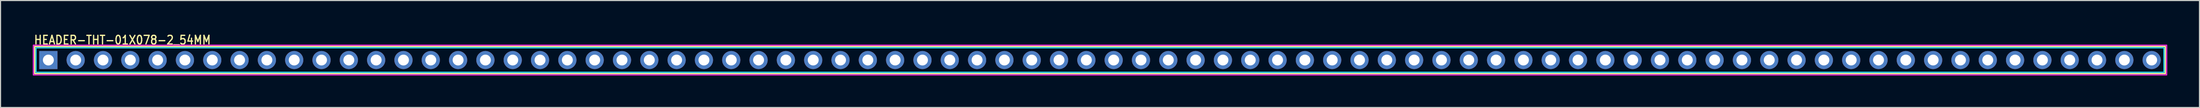
<source format=kicad_pcb>
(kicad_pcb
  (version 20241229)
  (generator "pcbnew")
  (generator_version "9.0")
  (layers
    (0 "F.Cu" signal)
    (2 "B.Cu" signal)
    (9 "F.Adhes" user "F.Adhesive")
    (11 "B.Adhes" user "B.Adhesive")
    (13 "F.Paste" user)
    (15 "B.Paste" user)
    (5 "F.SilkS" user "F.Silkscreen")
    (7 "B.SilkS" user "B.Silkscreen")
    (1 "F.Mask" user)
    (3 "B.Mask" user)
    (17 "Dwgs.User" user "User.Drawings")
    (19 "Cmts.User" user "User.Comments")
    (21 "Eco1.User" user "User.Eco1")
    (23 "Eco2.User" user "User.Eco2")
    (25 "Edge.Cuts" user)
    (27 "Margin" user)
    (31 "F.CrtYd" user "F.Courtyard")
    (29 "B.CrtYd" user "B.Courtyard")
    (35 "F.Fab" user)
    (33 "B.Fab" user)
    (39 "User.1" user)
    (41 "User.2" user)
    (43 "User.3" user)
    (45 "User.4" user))
  (footprint "HEADER-THT-01X078-2_54MM"
    (layer "F.Cu")
    (at 1.447 2.579)
    (property "Reference" "HEADER-THT-01X078-2_54MM" (at -1.4 -1.4 0) (unlocked yes) (layer "F.SilkS") (effects (font (size 0.813 0.695) (thickness 0.122)) (justify left bottom)))
    (fp_line (start -1.27 -1.27) (end -1.27 1.27) (stroke (width 0.127) (type solid)) (layer "F.SilkS"))
    (fp_line (start -1.27 1.27) (end 196.85 1.27) (stroke (width 0.127) (type solid)) (layer "F.SilkS"))
    (fp_line (start 196.85 -1.27) (end -1.27 -1.27) (stroke (width 0.127) (type solid)) (layer "F.SilkS"))
    (fp_line (start 196.85 1.27) (end 196.85 -1.27) (stroke (width 0.127) (type solid)) (layer "F.SilkS"))
    (fp_poly (pts (xy -1.143 -1.143) (xy 196.723 -1.143) (xy 196.723 1.143) (xy -1.143 1.143)) (stroke (width 0.1) (type solid)) (fill no) (layer "B.CrtYd"))
    (fp_poly (pts (xy -1.397 -1.397) (xy 196.977 -1.397) (xy 196.977 1.397) (xy -1.397 1.397)) (stroke (width 0.1) (type solid)) (fill no) (layer "F.CrtYd"))
    (pad "P$1" thru_hole rect (at 0 0) (size 1.693 1.693) (drill 1.016) (layers "*.Cu" "*.Mask"))
    (pad "P$2" thru_hole oval (at 2.54 0) (size 1.693 1.693) (drill 1.016) (layers "*.Cu" "*.Mask"))
    (pad "P$3" thru_hole oval (at 5.08 0) (size 1.693 1.693) (drill 1.016) (layers "*.Cu" "*.Mask"))
    (pad "P$4" thru_hole oval (at 7.62 0) (size 1.693 1.693) (drill 1.016) (layers "*.Cu" "*.Mask"))
    (pad "P$5" thru_hole oval (at 10.16 0) (size 1.693 1.693) (drill 1.016) (layers "*.Cu" "*.Mask"))
    (pad "P$6" thru_hole oval (at 12.7 0) (size 1.693 1.693) (drill 1.016) (layers "*.Cu" "*.Mask"))
    (pad "P$7" thru_hole oval (at 15.24 0) (size 1.693 1.693) (drill 1.016) (layers "*.Cu" "*.Mask"))
    (pad "P$8" thru_hole oval (at 17.78 0) (size 1.693 1.693) (drill 1.016) (layers "*.Cu" "*.Mask"))
    (pad "P$9" thru_hole oval (at 20.32 0) (size 1.693 1.693) (drill 1.016) (layers "*.Cu" "*.Mask"))
    (pad "P$10" thru_hole oval (at 22.86 0) (size 1.693 1.693) (drill 1.016) (layers "*.Cu" "*.Mask"))
    (pad "P$11" thru_hole oval (at 25.4 0) (size 1.693 1.693) (drill 1.016) (layers "*.Cu" "*.Mask"))
    (pad "P$12" thru_hole oval (at 27.94 0) (size 1.693 1.693) (drill 1.016) (layers "*.Cu" "*.Mask"))
    (pad "P$13" thru_hole oval (at 30.48 0) (size 1.693 1.693) (drill 1.016) (layers "*.Cu" "*.Mask"))
    (pad "P$14" thru_hole oval (at 33.02 0) (size 1.693 1.693) (drill 1.016) (layers "*.Cu" "*.Mask"))
    (pad "P$15" thru_hole oval (at 35.56 0) (size 1.693 1.693) (drill 1.016) (layers "*.Cu" "*.Mask"))
    (pad "P$16" thru_hole oval (at 38.1 0) (size 1.693 1.693) (drill 1.016) (layers "*.Cu" "*.Mask"))
    (pad "P$17" thru_hole oval (at 40.64 0) (size 1.693 1.693) (drill 1.016) (layers "*.Cu" "*.Mask"))
    (pad "P$18" thru_hole oval (at 43.18 0) (size 1.693 1.693) (drill 1.016) (layers "*.Cu" "*.Mask"))
    (pad "P$19" thru_hole oval (at 45.72 0) (size 1.693 1.693) (drill 1.016) (layers "*.Cu" "*.Mask"))
    (pad "P$20" thru_hole oval (at 48.26 0) (size 1.693 1.693) (drill 1.016) (layers "*.Cu" "*.Mask"))
    (pad "P$21" thru_hole oval (at 50.8 0) (size 1.693 1.693) (drill 1.016) (layers "*.Cu" "*.Mask"))
    (pad "P$22" thru_hole oval (at 53.34 0) (size 1.693 1.693) (drill 1.016) (layers "*.Cu" "*.Mask"))
    (pad "P$23" thru_hole oval (at 55.88 0) (size 1.693 1.693) (drill 1.016) (layers "*.Cu" "*.Mask"))
    (pad "P$24" thru_hole oval (at 58.42 0) (size 1.693 1.693) (drill 1.016) (layers "*.Cu" "*.Mask"))
    (pad "P$25" thru_hole oval (at 60.96 0) (size 1.693 1.693) (drill 1.016) (layers "*.Cu" "*.Mask"))
    (pad "P$26" thru_hole oval (at 63.5 0) (size 1.693 1.693) (drill 1.016) (layers "*.Cu" "*.Mask"))
    (pad "P$27" thru_hole oval (at 66.04 0) (size 1.693 1.693) (drill 1.016) (layers "*.Cu" "*.Mask"))
    (pad "P$28" thru_hole oval (at 68.58 0) (size 1.693 1.693) (drill 1.016) (layers "*.Cu" "*.Mask"))
    (pad "P$29" thru_hole oval (at 71.12 0) (size 1.693 1.693) (drill 1.016) (layers "*.Cu" "*.Mask"))
    (pad "P$30" thru_hole oval (at 73.66 0) (size 1.693 1.693) (drill 1.016) (layers "*.Cu" "*.Mask"))
    (pad "P$31" thru_hole oval (at 76.2 0) (size 1.693 1.693) (drill 1.016) (layers "*.Cu" "*.Mask"))
    (pad "P$32" thru_hole oval (at 78.74 0) (size 1.693 1.693) (drill 1.016) (layers "*.Cu" "*.Mask"))
    (pad "P$33" thru_hole oval (at 81.28 0) (size 1.693 1.693) (drill 1.016) (layers "*.Cu" "*.Mask"))
    (pad "P$34" thru_hole oval (at 83.82 0) (size 1.693 1.693) (drill 1.016) (layers "*.Cu" "*.Mask"))
    (pad "P$35" thru_hole oval (at 86.36 0) (size 1.693 1.693) (drill 1.016) (layers "*.Cu" "*.Mask"))
    (pad "P$36" thru_hole oval (at 88.9 0) (size 1.693 1.693) (drill 1.016) (layers "*.Cu" "*.Mask"))
    (pad "P$37" thru_hole oval (at 91.44 0) (size 1.693 1.693) (drill 1.016) (layers "*.Cu" "*.Mask"))
    (pad "P$38" thru_hole oval (at 93.98 0) (size 1.693 1.693) (drill 1.016) (layers "*.Cu" "*.Mask"))
    (pad "P$39" thru_hole oval (at 96.52 0) (size 1.693 1.693) (drill 1.016) (layers "*.Cu" "*.Mask"))
    (pad "P$40" thru_hole oval (at 99.06 0) (size 1.693 1.693) (drill 1.016) (layers "*.Cu" "*.Mask"))
    (pad "P$41" thru_hole oval (at 101.6 0) (size 1.693 1.693) (drill 1.016) (layers "*.Cu" "*.Mask"))
    (pad "P$42" thru_hole oval (at 104.14 0) (size 1.693 1.693) (drill 1.016) (layers "*.Cu" "*.Mask"))
    (pad "P$43" thru_hole oval (at 106.68 0) (size 1.693 1.693) (drill 1.016) (layers "*.Cu" "*.Mask"))
    (pad "P$44" thru_hole oval (at 109.22 0) (size 1.693 1.693) (drill 1.016) (layers "*.Cu" "*.Mask"))
    (pad "P$45" thru_hole oval (at 111.76 0) (size 1.693 1.693) (drill 1.016) (layers "*.Cu" "*.Mask"))
    (pad "P$46" thru_hole oval (at 114.3 0) (size 1.693 1.693) (drill 1.016) (layers "*.Cu" "*.Mask"))
    (pad "P$47" thru_hole oval (at 116.84 0) (size 1.693 1.693) (drill 1.016) (layers "*.Cu" "*.Mask"))
    (pad "P$48" thru_hole oval (at 119.38 0) (size 1.693 1.693) (drill 1.016) (layers "*.Cu" "*.Mask"))
    (pad "P$49" thru_hole oval (at 121.92 0) (size 1.693 1.693) (drill 1.016) (layers "*.Cu" "*.Mask"))
    (pad "P$50" thru_hole oval (at 124.46 0) (size 1.693 1.693) (drill 1.016) (layers "*.Cu" "*.Mask"))
    (pad "P$51" thru_hole oval (at 127 0) (size 1.693 1.693) (drill 1.016) (layers "*.Cu" "*.Mask"))
    (pad "P$52" thru_hole oval (at 129.54 0) (size 1.693 1.693) (drill 1.016) (layers "*.Cu" "*.Mask"))
    (pad "P$53" thru_hole oval (at 132.08 0) (size 1.693 1.693) (drill 1.016) (layers "*.Cu" "*.Mask"))
    (pad "P$54" thru_hole oval (at 134.62 0) (size 1.693 1.693) (drill 1.016) (layers "*.Cu" "*.Mask"))
    (pad "P$55" thru_hole oval (at 137.16 0) (size 1.693 1.693) (drill 1.016) (layers "*.Cu" "*.Mask"))
    (pad "P$56" thru_hole oval (at 139.7 0) (size 1.693 1.693) (drill 1.016) (layers "*.Cu" "*.Mask"))
    (pad "P$57" thru_hole oval (at 142.24 0) (size 1.693 1.693) (drill 1.016) (layers "*.Cu" "*.Mask"))
    (pad "P$58" thru_hole oval (at 144.78 0) (size 1.693 1.693) (drill 1.016) (layers "*.Cu" "*.Mask"))
    (pad "P$59" thru_hole oval (at 147.32 0) (size 1.693 1.693) (drill 1.016) (layers "*.Cu" "*.Mask"))
    (pad "P$60" thru_hole oval (at 149.86 0) (size 1.693 1.693) (drill 1.016) (layers "*.Cu" "*.Mask"))
    (pad "P$61" thru_hole oval (at 152.4 0) (size 1.693 1.693) (drill 1.016) (layers "*.Cu" "*.Mask"))
    (pad "P$62" thru_hole oval (at 154.94 0) (size 1.693 1.693) (drill 1.016) (layers "*.Cu" "*.Mask"))
    (pad "P$63" thru_hole oval (at 157.48 0) (size 1.693 1.693) (drill 1.016) (layers "*.Cu" "*.Mask"))
    (pad "P$64" thru_hole oval (at 160.02 0) (size 1.693 1.693) (drill 1.016) (layers "*.Cu" "*.Mask"))
    (pad "P$65" thru_hole oval (at 162.56 0) (size 1.693 1.693) (drill 1.016) (layers "*.Cu" "*.Mask"))
    (pad "P$66" thru_hole oval (at 165.1 0) (size 1.693 1.693) (drill 1.016) (layers "*.Cu" "*.Mask"))
    (pad "P$67" thru_hole oval (at 167.64 0) (size 1.693 1.693) (drill 1.016) (layers "*.Cu" "*.Mask"))
    (pad "P$68" thru_hole oval (at 170.18 0) (size 1.693 1.693) (drill 1.016) (layers "*.Cu" "*.Mask"))
    (pad "P$69" thru_hole oval (at 172.72 0) (size 1.693 1.693) (drill 1.016) (layers "*.Cu" "*.Mask"))
    (pad "P$70" thru_hole oval (at 175.26 0) (size 1.693 1.693) (drill 1.016) (layers "*.Cu" "*.Mask"))
    (pad "P$71" thru_hole oval (at 177.8 0) (size 1.693 1.693) (drill 1.016) (layers "*.Cu" "*.Mask"))
    (pad "P$72" thru_hole oval (at 180.34 0) (size 1.693 1.693) (drill 1.016) (layers "*.Cu" "*.Mask"))
    (pad "P$73" thru_hole oval (at 182.88 0) (size 1.693 1.693) (drill 1.016) (layers "*.Cu" "*.Mask"))
    (pad "P$74" thru_hole oval (at 185.42 0) (size 1.693 1.693) (drill 1.016) (layers "*.Cu" "*.Mask"))
    (pad "P$75" thru_hole oval (at 187.96 0) (size 1.693 1.693) (drill 1.016) (layers "*.Cu" "*.Mask"))
    (pad "P$76" thru_hole oval (at 190.5 0) (size 1.693 1.693) (drill 1.016) (layers "*.Cu" "*.Mask"))
    (pad "P$77" thru_hole oval (at 193.04 0) (size 1.693 1.693) (drill 1.016) (layers "*.Cu" "*.Mask"))
    (pad "P$78" thru_hole oval (at 195.58 0) (size 1.693 1.693) (drill 1.016) (layers "*.Cu" "*.Mask")))
  (gr_rect
    (start -3 -3)
    (end 201.474 7.026)
    (stroke (width 0.1) (type default))
    (fill no)
    (layer "Edge.Cuts")))
</source>
